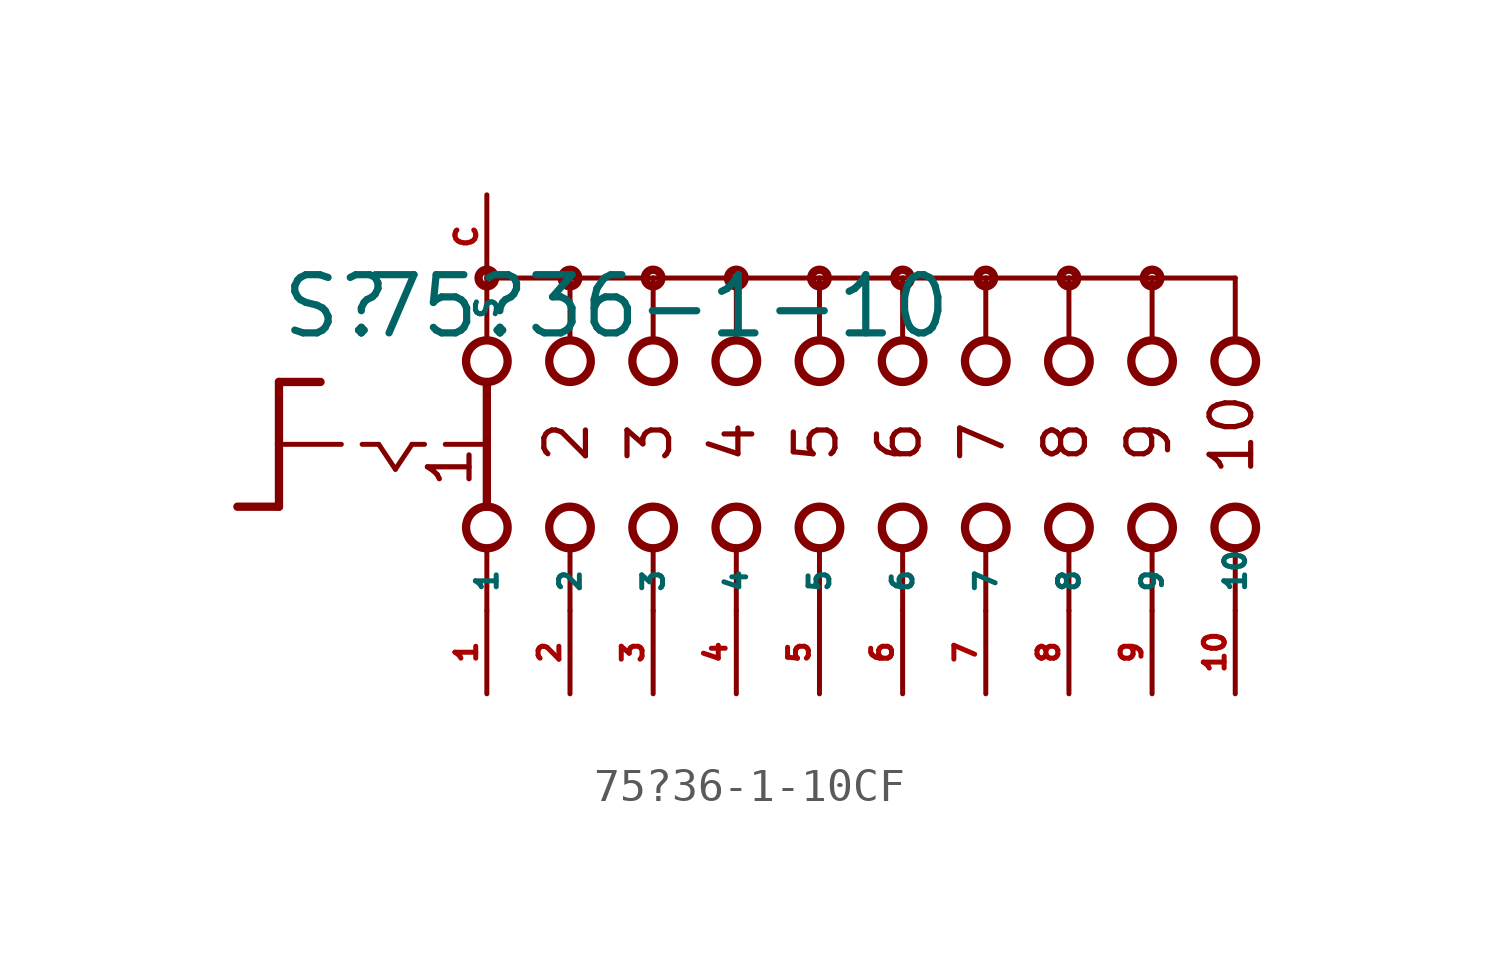
<source format=kicad_sym>
(kicad_symbol_lib
  (version 20220914)
  (generator Eagle2Kicad)
  (symbol "75?36-1-10CF"
    (property "Reference" "S"
      (at -16.51 3.175 0)
      (effects (font (size 1.778 1.778) (thickness 0.22)) (justify left bottom)))
    (property "Value" "75?36-1-10"
      (at -13.97 3.175 0)
      (effects (font (size 1.778 1.778) (thickness 0.22)) (justify left bottom)))
    (polyline
      (pts (xy -16.51 1.905) (xy -15.24 1.905))
      (stroke (width 0.254) (type default))
      (fill (type none)))
    (polyline
      (pts (xy -16.51 1.905) (xy -16.51 0))
      (stroke (width 0.254) (type default))
      (fill (type none)))
    (polyline
      (pts (xy -16.51 -1.905) (xy -17.78 -1.905))
      (stroke (width 0.254) (type default))
      (fill (type none)))
    (polyline
      (pts (xy -16.51 0) (xy -14.605 0))
      (stroke (width 0.152) (type default))
      (fill (type none)))
    (polyline
      (pts (xy -16.51 0) (xy -16.51 -1.905))
      (stroke (width 0.254) (type default))
      (fill (type none)))
    (polyline
      (pts (xy -13.97 0) (xy -13.462 0))
      (stroke (width 0.152) (type default))
      (fill (type none)))
    (polyline
      (pts (xy -12.446 0) (xy -12.065 0))
      (stroke (width 0.152) (type default))
      (fill (type none)))
    (polyline
      (pts (xy -11.43 0) (xy -10.287 0))
      (stroke (width 0.152) (type default))
      (fill (type none)))
    (polyline
      (pts (xy -13.462 0) (xy -12.954 -0.762))
      (stroke (width 0.152) (type default))
      (fill (type none)))
    (polyline
      (pts (xy -12.954 -0.762) (xy -12.446 0))
      (stroke (width 0.152) (type default))
      (fill (type none)))
    (polyline
      (pts (xy -7.62 3.175) (xy -7.62 5.08))
      (stroke (width 0.152) (type default))
      (fill (type none)))
    (polyline
      (pts (xy -5.08 3.175) (xy -5.08 5.08))
      (stroke (width 0.152) (type default))
      (fill (type none)))
    (polyline
      (pts (xy -2.54 3.175) (xy -2.54 5.08))
      (stroke (width 0.152) (type default))
      (fill (type none)))
    (polyline
      (pts (xy -7.62 -5.08) (xy -7.62 -3.175))
      (stroke (width 0.152) (type default))
      (fill (type none)))
    (polyline
      (pts (xy -5.08 -5.08) (xy -5.08 -3.175))
      (stroke (width 0.152) (type default))
      (fill (type none)))
    (polyline
      (pts (xy -2.54 -5.08) (xy -2.54 -3.175))
      (stroke (width 0.152) (type default))
      (fill (type none)))
    (polyline
      (pts (xy -5.08 5.08) (xy -7.62 5.08))
      (stroke (width 0.152) (type default))
      (fill (type none)))
    (polyline
      (pts (xy -5.08 5.08) (xy -2.54 5.08))
      (stroke (width 0.152) (type default))
      (fill (type none)))
    (polyline
      (pts (xy 0 -5.08) (xy 0 -3.175))
      (stroke (width 0.152) (type default))
      (fill (type none)))
    (polyline
      (pts (xy 2.54 -5.08) (xy 2.54 -3.175))
      (stroke (width 0.152) (type default))
      (fill (type none)))
    (polyline
      (pts (xy 0 3.175) (xy 0 5.08))
      (stroke (width 0.152) (type default))
      (fill (type none)))
    (polyline
      (pts (xy 2.54 3.175) (xy 2.54 5.08))
      (stroke (width 0.152) (type default))
      (fill (type none)))
    (polyline
      (pts (xy -2.54 5.08) (xy 0 5.08))
      (stroke (width 0.152) (type default))
      (fill (type none)))
    (polyline
      (pts (xy 0 5.08) (xy 2.54 5.08))
      (stroke (width 0.152) (type default))
      (fill (type none)))
    (polyline
      (pts (xy -10.16 5.08) (xy -10.16 3.175))
      (stroke (width 0.152) (type default))
      (fill (type none)))
    (polyline
      (pts (xy -10.16 1.905) (xy -10.16 -1.905))
      (stroke (width 0.254) (type default))
      (fill (type none)))
    (polyline
      (pts (xy -10.16 -3.175) (xy -10.16 -5.08))
      (stroke (width 0.152) (type default))
      (fill (type none)))
    (polyline
      (pts (xy -7.62 5.08) (xy -10.16 5.08))
      (stroke (width 0.152) (type default))
      (fill (type none)))
    (polyline
      (pts (xy 2.54 5.08) (xy 5.08 5.08))
      (stroke (width 0.152) (type default))
      (fill (type none)))
    (polyline
      (pts (xy 5.08 3.175) (xy 5.08 5.08))
      (stroke (width 0.152) (type default))
      (fill (type none)))
    (polyline
      (pts (xy 5.08 -5.08) (xy 5.08 -3.175))
      (stroke (width 0.152) (type default))
      (fill (type none)))
    (polyline
      (pts (xy 7.62 3.175) (xy 7.62 5.08))
      (stroke (width 0.152) (type default))
      (fill (type none)))
    (polyline
      (pts (xy 10.16 3.175) (xy 10.16 5.08))
      (stroke (width 0.152) (type default))
      (fill (type none)))
    (polyline
      (pts (xy 12.7 3.175) (xy 12.7 5.08))
      (stroke (width 0.152) (type default))
      (fill (type none)))
    (polyline
      (pts (xy 5.08 5.08) (xy 7.62 5.08))
      (stroke (width 0.152) (type default))
      (fill (type none)))
    (polyline
      (pts (xy 7.62 5.08) (xy 10.16 5.08))
      (stroke (width 0.152) (type default))
      (fill (type none)))
    (polyline
      (pts (xy 10.16 5.08) (xy 12.7 5.08))
      (stroke (width 0.152) (type default))
      (fill (type none)))
    (polyline
      (pts (xy 7.62 -5.08) (xy 7.62 -3.175))
      (stroke (width 0.152) (type default))
      (fill (type none)))
    (polyline
      (pts (xy 10.16 -5.08) (xy 10.16 -3.175))
      (stroke (width 0.152) (type default))
      (fill (type none)))
    (polyline
      (pts (xy 12.7 -5.08) (xy 12.7 -3.175))
      (stroke (width 0.152) (type default))
      (fill (type none)))
    (text "1"
      (at -10.541 -1.397 900)
      (effects (font (size 1.27 1.27) (thickness 0.16)) (justify left bottom)))
    (text "2"
      (at -6.985 -0.635 900)
      (effects (font (size 1.27 1.27) (thickness 0.16)) (justify left bottom)))
    (text "3"
      (at -4.445 -0.635 900)
      (effects (font (size 1.27 1.27) (thickness 0.16)) (justify left bottom)))
    (text "4"
      (at -1.905 -0.635 900)
      (effects (font (size 1.27 1.27) (thickness 0.16)) (justify left bottom)))
    (text "5"
      (at 0.635 -0.635 900)
      (effects (font (size 1.27 1.27) (thickness 0.16)) (justify left bottom)))
    (text "6"
      (at 3.175 -0.635 900)
      (effects (font (size 1.27 1.27) (thickness 0.16)) (justify left bottom)))
    (text "7"
      (at 5.715 -0.635 900)
      (effects (font (size 1.27 1.27) (thickness 0.16)) (justify left bottom)))
    (text "8"
      (at 8.255 -0.635 900)
      (effects (font (size 1.27 1.27) (thickness 0.16)) (justify left bottom)))
    (text "9"
      (at 10.795 -0.635 900)
      (effects (font (size 1.27 1.27) (thickness 0.16)) (justify left bottom)))
    (text "10"
      (at 13.335 -1.016 900)
      (effects (font (size 1.27 1.27) (thickness 0.16)) (justify left bottom)))
    (circle
      (center -5.08 5.08)
      (radius 0.254)
      (stroke (width 0.254) (type default))
      (fill (type none)))
    (circle
      (center -2.54 5.08)
      (radius 0.254)
      (stroke (width 0.254) (type default))
      (fill (type none)))
    (circle
      (center 2.54 5.08)
      (radius 0.254)
      (stroke (width 0.254) (type default))
      (fill (type none)))
    (circle
      (center -10.16 5.08)
      (radius 0.254)
      (stroke (width 0.254) (type default))
      (fill (type none)))
    (circle
      (center -7.62 5.08)
      (radius 0.254)
      (stroke (width 0.254) (type default))
      (fill (type none)))
    (circle
      (center -10.16 2.54)
      (radius 0.635)
      (stroke (width 0.254) (type default))
      (fill (type none)))
    (circle
      (center -7.62 2.54)
      (radius 0.635)
      (stroke (width 0.254) (type default))
      (fill (type none)))
    (circle
      (center -5.08 2.54)
      (radius 0.635)
      (stroke (width 0.254) (type default))
      (fill (type none)))
    (circle
      (center -10.16 -2.54)
      (radius 0.635)
      (stroke (width 0.254) (type default))
      (fill (type none)))
    (circle
      (center -7.62 -2.54)
      (radius 0.635)
      (stroke (width 0.254) (type default))
      (fill (type none)))
    (circle
      (center -5.08 -2.54)
      (radius 0.635)
      (stroke (width 0.254) (type default))
      (fill (type none)))
    (circle
      (center 0 5.08)
      (radius 0.254)
      (stroke (width 0.254) (type default))
      (fill (type none)))
    (circle
      (center -2.54 2.54)
      (radius 0.635)
      (stroke (width 0.254) (type default))
      (fill (type none)))
    (circle
      (center 0 2.54)
      (radius 0.635)
      (stroke (width 0.254) (type default))
      (fill (type none)))
    (circle
      (center -2.54 -2.54)
      (radius 0.635)
      (stroke (width 0.254) (type default))
      (fill (type none)))
    (circle
      (center 0 -2.54)
      (radius 0.635)
      (stroke (width 0.254) (type default))
      (fill (type none)))
    (circle
      (center 2.54 2.54)
      (radius 0.635)
      (stroke (width 0.254) (type default))
      (fill (type none)))
    (circle
      (center 2.54 -2.54)
      (radius 0.635)
      (stroke (width 0.254) (type default))
      (fill (type none)))
    (circle
      (center 5.08 5.08)
      (radius 0.254)
      (stroke (width 0.254) (type default))
      (fill (type none)))
    (circle
      (center 5.08 2.54)
      (radius 0.635)
      (stroke (width 0.254) (type default))
      (fill (type none)))
    (circle
      (center 5.08 -2.54)
      (radius 0.635)
      (stroke (width 0.254) (type default))
      (fill (type none)))
    (circle
      (center 7.62 2.54)
      (radius 0.635)
      (stroke (width 0.254) (type default))
      (fill (type none)))
    (circle
      (center 10.16 2.54)
      (radius 0.635)
      (stroke (width 0.254) (type default))
      (fill (type none)))
    (circle
      (center 12.7 2.54)
      (radius 0.635)
      (stroke (width 0.254) (type default))
      (fill (type none)))
    (circle
      (center 7.62 5.08)
      (radius 0.254)
      (stroke (width 0.254) (type default))
      (fill (type none)))
    (circle
      (center 10.16 5.08)
      (radius 0.254)
      (stroke (width 0.254) (type default))
      (fill (type none)))
    (circle
      (center 7.62 -2.54)
      (radius 0.635)
      (stroke (width 0.254) (type default))
      (fill (type none)))
    (circle
      (center 10.16 -2.54)
      (radius 0.635)
      (stroke (width 0.254) (type default))
      (fill (type none)))
    (circle
      (center 12.7 -2.54)
      (radius 0.635)
      (stroke (width 0.254) (type default))
      (fill (type none)))
    (pin passive line
      (at -10.16 -7.62 90)
      (length 2.54)
      (name "1" (effects (font (size 0.635 0.635) (thickness 0.08)) (justify left bottom)))
      (number "1" (effects (font (size 0.635 0.635) (thickness 0.08)) (justify left bottom))))
    (pin passive line
      (at -10.16 7.62 270)
      (length 2.54)
      (name "S" (effects (font (size 0.635 0.635) (thickness 0.08)) (justify left bottom)))
      (number "C" (effects (font (size 0.635 0.635) (thickness 0.08)) (justify left bottom))))
    (pin passive line
      (at -7.62 -7.62 90)
      (length 2.54)
      (name "2" (effects (font (size 0.635 0.635) (thickness 0.08)) (justify left bottom)))
      (number "2" (effects (font (size 0.635 0.635) (thickness 0.08)) (justify left bottom))))
    (pin passive line
      (at -5.08 -7.62 90)
      (length 2.54)
      (name "3" (effects (font (size 0.635 0.635) (thickness 0.08)) (justify left bottom)))
      (number "3" (effects (font (size 0.635 0.635) (thickness 0.08)) (justify left bottom))))
    (pin passive line
      (at -2.54 -7.62 90)
      (length 2.54)
      (name "4" (effects (font (size 0.635 0.635) (thickness 0.08)) (justify left bottom)))
      (number "4" (effects (font (size 0.635 0.635) (thickness 0.08)) (justify left bottom))))
    (pin passive line
      (at 0 -7.62 90)
      (length 2.54)
      (name "5" (effects (font (size 0.635 0.635) (thickness 0.08)) (justify left bottom)))
      (number "5" (effects (font (size 0.635 0.635) (thickness 0.08)) (justify left bottom))))
    (pin passive line
      (at 2.54 -7.62 90)
      (length 2.54)
      (name "6" (effects (font (size 0.635 0.635) (thickness 0.08)) (justify left bottom)))
      (number "6" (effects (font (size 0.635 0.635) (thickness 0.08)) (justify left bottom))))
    (pin passive line
      (at 5.08 -7.62 90)
      (length 2.54)
      (name "7" (effects (font (size 0.635 0.635) (thickness 0.08)) (justify left bottom)))
      (number "7" (effects (font (size 0.635 0.635) (thickness 0.08)) (justify left bottom))))
    (pin passive line
      (at 7.62 -7.62 90)
      (length 2.54)
      (name "8" (effects (font (size 0.635 0.635) (thickness 0.08)) (justify left bottom)))
      (number "8" (effects (font (size 0.635 0.635) (thickness 0.08)) (justify left bottom))))
    (pin passive line
      (at 10.16 -7.62 90)
      (length 2.54)
      (name "9" (effects (font (size 0.635 0.635) (thickness 0.08)) (justify left bottom)))
      (number "9" (effects (font (size 0.635 0.635) (thickness 0.08)) (justify left bottom))))
    (pin passive line
      (at 12.7 -7.62 90)
      (length 2.54)
      (name "10" (effects (font (size 0.635 0.635) (thickness 0.08)) (justify left bottom)))
      (number "10" (effects (font (size 0.635 0.635) (thickness 0.08)) (justify left bottom))))))
</source>
